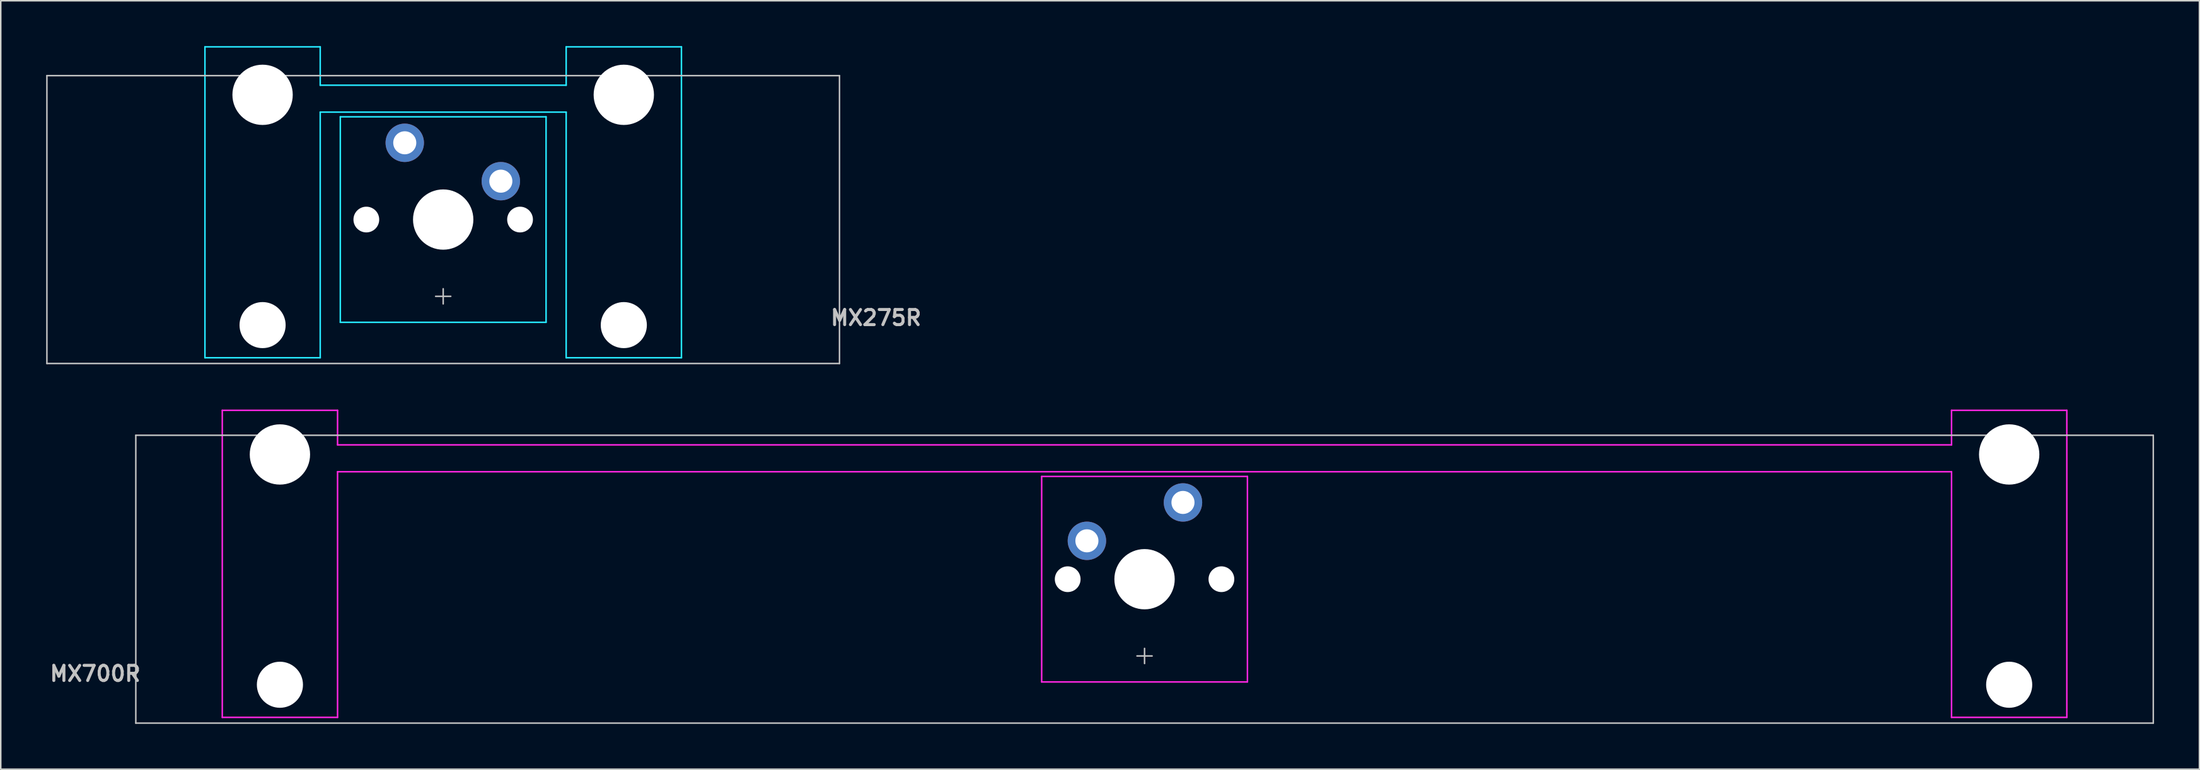
<source format=kicad_pcb>
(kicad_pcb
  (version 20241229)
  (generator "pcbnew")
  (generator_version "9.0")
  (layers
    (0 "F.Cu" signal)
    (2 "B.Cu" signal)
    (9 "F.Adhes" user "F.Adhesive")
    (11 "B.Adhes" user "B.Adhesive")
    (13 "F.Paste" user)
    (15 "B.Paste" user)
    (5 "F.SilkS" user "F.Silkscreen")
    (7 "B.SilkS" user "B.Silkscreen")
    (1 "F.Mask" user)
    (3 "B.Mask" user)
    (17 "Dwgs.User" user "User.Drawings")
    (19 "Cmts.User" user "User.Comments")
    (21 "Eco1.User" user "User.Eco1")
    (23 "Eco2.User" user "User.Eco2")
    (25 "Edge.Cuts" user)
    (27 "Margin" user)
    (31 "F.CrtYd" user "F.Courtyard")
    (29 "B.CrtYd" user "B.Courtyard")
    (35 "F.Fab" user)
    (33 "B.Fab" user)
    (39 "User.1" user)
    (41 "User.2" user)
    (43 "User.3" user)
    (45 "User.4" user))
  (footprint "MX700R"
    (layer "F.Cu")
    (at 72.602 35.281)
    (property "Reference" "MX700R" (at -66.25 6.25 0) (layer "Dwgs.User") (effects (font (size 1 1) (thickness 0.2)) (justify right)))
    (attr through_hole)
    (fp_line (start -66.675 -9.525) (end -66.675 9.525) (stroke (width 0.1) (type solid)) (layer "Dwgs.User"))
    (fp_line (start 0 5.58) (end 0 4.58) (stroke (width 0.1) (type solid)) (layer "Dwgs.User"))
    (fp_line (start 0.5 5.08) (end -0.5 5.08) (stroke (width 0.1) (type solid)) (layer "Dwgs.User"))
    (fp_line (start 66.675 -9.525) (end -66.675 -9.525) (stroke (width 0.1) (type solid)) (layer "Dwgs.User"))
    (fp_line (start 66.675 -9.525) (end 66.675 9.525) (stroke (width 0.1) (type solid)) (layer "Dwgs.User"))
    (fp_line (start 66.675 9.525) (end -66.675 9.525) (stroke (width 0.1) (type solid)) (layer "Dwgs.User"))
    (fp_line (start -60.65 5.485) (end -60.65 -8.515) (stroke (width 0.1) (type solid)) (layer "Eco1.User"))
    (fp_line (start -60.15 5.985) (end -54.15 5.985) (stroke (width 0.1) (type solid)) (layer "Eco1.User"))
    (fp_line (start -54.15 -9.015) (end -60.15 -9.015) (stroke (width 0.1) (type solid)) (layer "Eco1.User"))
    (fp_line (start -53.65 -8.515) (end -53.65 5.485) (stroke (width 0.1) (type solid)) (layer "Eco1.User"))
    (fp_line (start -7 6.5) (end -7 -6.5) (stroke (width 0.1) (type solid)) (layer "Eco1.User"))
    (fp_line (start -6.5 -7) (end 6.5 -7) (stroke (width 0.1) (type solid)) (layer "Eco1.User"))
    (fp_line (start 6.5 7) (end -6.5 7) (stroke (width 0.1) (type solid)) (layer "Eco1.User"))
    (fp_line (start 7 -6.5) (end 7 6.5) (stroke (width 0.1) (type solid)) (layer "Eco1.User"))
    (fp_line (start 53.65 5.485) (end 53.65 -8.515) (stroke (width 0.1) (type solid)) (layer "Eco1.User"))
    (fp_line (start 54.15 5.985) (end 60.15 5.985) (stroke (width 0.1) (type solid)) (layer "Eco1.User"))
    (fp_line (start 60.15 -9.015) (end 54.15 -9.015) (stroke (width 0.1) (type solid)) (layer "Eco1.User"))
    (fp_line (start 60.65 -8.515) (end 60.65 5.485) (stroke (width 0.1) (type solid)) (layer "Eco1.User"))
    (fp_arc (start -60.65 -8.515) (mid -60.503553 -8.868553) (end -60.15 -9.015) (stroke (width 0.1) (type solid)) (layer "Eco1.User"))
    (fp_arc (start -60.15 5.985) (mid -60.503553 5.838553) (end -60.65 5.485) (stroke (width 0.1) (type solid)) (layer "Eco1.User"))
    (fp_arc (start -54.15 -9.015) (mid -53.796447 -8.868553) (end -53.65 -8.515) (stroke (width 0.1) (type solid)) (layer "Eco1.User"))
    (fp_arc (start -53.65 5.485) (mid -53.796447 5.838553) (end -54.15 5.985) (stroke (width 0.1) (type solid)) (layer "Eco1.User"))
    (fp_arc (start -7 -6.5) (mid -6.853553 -6.853553) (end -6.5 -7) (stroke (width 0.1) (type solid)) (layer "Eco1.User"))
    (fp_arc (start -6.5 7) (mid -6.853553 6.853553) (end -7 6.5) (stroke (width 0.1) (type solid)) (layer "Eco1.User"))
    (fp_arc (start 6.5 -7) (mid 6.853553 -6.853553) (end 7 -6.5) (stroke (width 0.1) (type solid)) (layer "Eco1.User"))
    (fp_arc (start 7 6.5) (mid 6.853553 6.853553) (end 6.5 7) (stroke (width 0.1) (type solid)) (layer "Eco1.User"))
    (fp_arc (start 53.65 -8.515) (mid 53.796447 -8.868553) (end 54.15 -9.015) (stroke (width 0.1) (type solid)) (layer "Eco1.User"))
    (fp_arc (start 54.15 5.985) (mid 53.796447 5.838553) (end 53.65 5.485) (stroke (width 0.1) (type solid)) (layer "Eco1.User"))
    (fp_arc (start 60.15 -9.015) (mid 60.503553 -8.868553) (end 60.65 -8.515) (stroke (width 0.1) (type solid)) (layer "Eco1.User"))
    (fp_arc (start 60.65 5.485) (mid 60.503553 5.838553) (end 60.15 5.985) (stroke (width 0.1) (type solid)) (layer "Eco1.User"))
    (fp_line (start -60.96 -11.176) (end -53.34 -11.176) (stroke (width 0.1) (type solid)) (layer "F.CrtYd"))
    (fp_line (start -60.96 9.144) (end -60.96 -11.176) (stroke (width 0.1) (type solid)) (layer "F.CrtYd"))
    (fp_line (start -60.96 9.144) (end -53.34 9.144) (stroke (width 0.1) (type solid)) (layer "F.CrtYd"))
    (fp_line (start -53.34 -8.89) (end -53.34 -11.176) (stroke (width 0.1) (type solid)) (layer "F.CrtYd"))
    (fp_line (start -53.34 -8.89) (end 53.34 -8.89) (stroke (width 0.1) (type solid)) (layer "F.CrtYd"))
    (fp_line (start -53.34 -7.112) (end -53.34 9.144) (stroke (width 0.1) (type solid)) (layer "F.CrtYd"))
    (fp_line (start -53.34 -7.112) (end 53.34 -7.112) (stroke (width 0.1) (type solid)) (layer "F.CrtYd"))
    (fp_line (start -6.8 6.8) (end -6.8 -6.8) (stroke (width 0.1) (type solid)) (layer "F.CrtYd"))
    (fp_line (start 6.8 -6.8) (end -6.8 -6.8) (stroke (width 0.1) (type solid)) (layer "F.CrtYd"))
    (fp_line (start 6.8 -6.8) (end 6.8 6.8) (stroke (width 0.1) (type solid)) (layer "F.CrtYd"))
    (fp_line (start 6.8 6.8) (end -6.8 6.8) (stroke (width 0.1) (type solid)) (layer "F.CrtYd"))
    (fp_line (start 53.34 -11.176) (end 60.96 -11.176) (stroke (width 0.1) (type solid)) (layer "F.CrtYd"))
    (fp_line (start 53.34 -8.89) (end 53.34 -11.176) (stroke (width 0.1) (type solid)) (layer "F.CrtYd"))
    (fp_line (start 53.34 -7.112) (end 53.34 9.144) (stroke (width 0.1) (type solid)) (layer "F.CrtYd"))
    (fp_line (start 53.34 9.144) (end 60.96 9.144) (stroke (width 0.1) (type solid)) (layer "F.CrtYd"))
    (fp_line (start 60.96 9.144) (end 60.96 -11.176) (stroke (width 0.1) (type solid)) (layer "F.CrtYd"))
    (pad "" np_thru_hole circle (at -57.15 -8.255) (size 3.988 3.988) (drill 3.988) (layers "*.Cu" "*.Mask"))
    (pad "" np_thru_hole circle (at -57.15 6.985) (size 3.048 3.048) (drill 3.048) (layers "*.Cu" "*.Mask"))
    (pad "" np_thru_hole circle (at -5.08 0) (size 1.702 1.702) (drill 1.702) (layers "*.Cu" "*.Mask"))
    (pad "" np_thru_hole circle (at 0 0) (size 3.988 3.988) (drill 3.988) (layers "*.Cu" "*.Mask"))
    (pad "" np_thru_hole circle (at 5.08 0) (size 1.702 1.702) (drill 1.702) (layers "*.Cu" "*.Mask"))
    (pad "" np_thru_hole circle (at 57.15 -8.255) (size 3.988 3.988) (drill 3.988) (layers "*.Cu" "*.Mask"))
    (pad "" np_thru_hole circle (at 57.15 6.985) (size 3.048 3.048) (drill 3.048) (layers "*.Cu" "*.Mask"))
    (pad "1" thru_hole circle (at 2.54 -5.08) (size 2.54 2.54) (drill 1.524) (layers "*.Cu" "*.Mask"))
    (pad "2" thru_hole circle (at -3.81 -2.54) (size 2.54 2.54) (drill 1.524) (layers "*.Cu" "*.Mask")))
  (footprint "MX275R"
    (layer "F.Cu")
    (at 26.244 11.48)
    (property "Reference" "MX275R" (at 25.5 6.5 0) (layer "Dwgs.User") (effects (font (size 1 1) (thickness 0.2)) (justify left)))
    (attr through_hole)
    (fp_line (start -26.194 -9.525) (end -26.194 9.525) (stroke (width 0.1) (type solid)) (layer "Dwgs.User"))
    (fp_line (start -26.194 -9.525) (end 26.194 -9.525) (stroke (width 0.1) (type solid)) (layer "Dwgs.User"))
    (fp_line (start -26.194 9.525) (end 26.194 9.525) (stroke (width 0.1) (type solid)) (layer "Dwgs.User"))
    (fp_line (start -0.5 5.08) (end 0.5 5.08) (stroke (width 0.1) (type solid)) (layer "Dwgs.User"))
    (fp_line (start 0 5.58) (end 0 4.58) (stroke (width 0.1) (type solid)) (layer "Dwgs.User"))
    (fp_line (start 26.194 -9.525) (end 26.194 9.525) (stroke (width 0.1) (type solid)) (layer "Dwgs.User"))
    (fp_line (start -15.438 -8.515) (end -15.438 5.485) (stroke (width 0.1) (type solid)) (layer "Eco1.User"))
    (fp_line (start -14.938 -9.015) (end -8.938 -9.015) (stroke (width 0.1) (type solid)) (layer "Eco1.User"))
    (fp_line (start -8.938 5.985) (end -14.938 5.985) (stroke (width 0.1) (type solid)) (layer "Eco1.User"))
    (fp_line (start -8.438 5.485) (end -8.438 -8.515) (stroke (width 0.1) (type solid)) (layer "Eco1.User"))
    (fp_line (start -7 -6.5) (end -7 6.5) (stroke (width 0.1) (type solid)) (layer "Eco1.User"))
    (fp_line (start -6.5 7) (end 6.5 7) (stroke (width 0.1) (type solid)) (layer "Eco1.User"))
    (fp_line (start 6.5 -7) (end -6.5 -7) (stroke (width 0.1) (type solid)) (layer "Eco1.User"))
    (fp_line (start 7 6.5) (end 7 -6.5) (stroke (width 0.1) (type solid)) (layer "Eco1.User"))
    (fp_line (start 8.438 -8.515) (end 8.438 5.485) (stroke (width 0.1) (type solid)) (layer "Eco1.User"))
    (fp_line (start 8.938 -9.015) (end 14.938 -9.015) (stroke (width 0.1) (type solid)) (layer "Eco1.User"))
    (fp_line (start 14.938 5.985) (end 8.938 5.985) (stroke (width 0.1) (type solid)) (layer "Eco1.User"))
    (fp_line (start 15.438 5.485) (end 15.438 -8.515) (stroke (width 0.1) (type solid)) (layer "Eco1.User"))
    (fp_arc (start -15.438 -8.515) (mid -15.291553 -8.868553) (end -14.938 -9.015) (stroke (width 0.1) (type solid)) (layer "Eco1.User"))
    (fp_arc (start -14.938 5.985) (mid -15.291553 5.838553) (end -15.438 5.485) (stroke (width 0.1) (type solid)) (layer "Eco1.User"))
    (fp_arc (start -8.938 -9.015) (mid -8.584447 -8.868553) (end -8.438 -8.515) (stroke (width 0.1) (type solid)) (layer "Eco1.User"))
    (fp_arc (start -8.438 5.485) (mid -8.584447 5.838553) (end -8.938 5.985) (stroke (width 0.1) (type solid)) (layer "Eco1.User"))
    (fp_arc (start -7 -6.5) (mid -6.853553 -6.853553) (end -6.5 -7) (stroke (width 0.1) (type solid)) (layer "Eco1.User"))
    (fp_arc (start -6.5 7) (mid -6.853553 6.853553) (end -7 6.5) (stroke (width 0.1) (type solid)) (layer "Eco1.User"))
    (fp_arc (start 6.5 -7) (mid 6.853553 -6.853553) (end 7 -6.5) (stroke (width 0.1) (type solid)) (layer "Eco1.User"))
    (fp_arc (start 7 6.5) (mid 6.853553 6.853553) (end 6.5 7) (stroke (width 0.1) (type solid)) (layer "Eco1.User"))
    (fp_arc (start 8.438 -8.515) (mid 8.584447 -8.868553) (end 8.938 -9.015) (stroke (width 0.1) (type solid)) (layer "Eco1.User"))
    (fp_arc (start 8.938 5.985) (mid 8.584447 5.838553) (end 8.438 5.485) (stroke (width 0.1) (type solid)) (layer "Eco1.User"))
    (fp_arc (start 14.938 -9.015) (mid 15.291553 -8.868553) (end 15.438 -8.515) (stroke (width 0.1) (type solid)) (layer "Eco1.User"))
    (fp_arc (start 15.438 5.485) (mid 15.291553 5.838553) (end 14.938 5.985) (stroke (width 0.1) (type solid)) (layer "Eco1.User"))
    (fp_line (start -15.748 -11.43) (end -8.128 -11.43) (stroke (width 0.1) (type solid)) (layer "B.CrtYd"))
    (fp_line (start -15.748 9.144) (end -15.748 -11.43) (stroke (width 0.1) (type solid)) (layer "B.CrtYd"))
    (fp_line (start -8.128 -11.43) (end -8.128 -8.89) (stroke (width 0.1) (type solid)) (layer "B.CrtYd"))
    (fp_line (start -8.128 9.144) (end -15.748 9.144) (stroke (width 0.1) (type solid)) (layer "B.CrtYd"))
    (fp_line (start -8.128 9.144) (end -8.128 -7.112) (stroke (width 0.1) (type solid)) (layer "B.CrtYd"))
    (fp_line (start -6.8 6.8) (end -6.8 -6.8) (stroke (width 0.1) (type solid)) (layer "B.CrtYd"))
    (fp_line (start 6.8 -6.8) (end -6.8 -6.8) (stroke (width 0.1) (type solid)) (layer "B.CrtYd"))
    (fp_line (start 6.8 6.8) (end -6.8 6.8) (stroke (width 0.1) (type solid)) (layer "B.CrtYd"))
    (fp_line (start 6.8 6.8) (end 6.8 -6.8) (stroke (width 0.1) (type solid)) (layer "B.CrtYd"))
    (fp_line (start 8.128 -11.43) (end 8.128 -8.89) (stroke (width 0.1) (type solid)) (layer "B.CrtYd"))
    (fp_line (start 8.128 -11.43) (end 15.748 -11.43) (stroke (width 0.1) (type solid)) (layer "B.CrtYd"))
    (fp_line (start 8.128 -8.89) (end -8.128 -8.89) (stroke (width 0.1) (type solid)) (layer "B.CrtYd"))
    (fp_line (start 8.128 -7.112) (end -8.128 -7.112) (stroke (width 0.1) (type solid)) (layer "B.CrtYd"))
    (fp_line (start 8.128 9.144) (end 8.128 -7.112) (stroke (width 0.1) (type solid)) (layer "B.CrtYd"))
    (fp_line (start 15.748 -11.43) (end 15.748 9.144) (stroke (width 0.1) (type solid)) (layer "B.CrtYd"))
    (fp_line (start 15.748 9.144) (end 8.128 9.144) (stroke (width 0.1) (type solid)) (layer "B.CrtYd"))
    (pad "" np_thru_hole circle (at -11.938 -8.255) (size 3.988 3.988) (drill 3.988) (layers "*.Cu" "*.Mask"))
    (pad "" np_thru_hole circle (at -11.938 6.985) (size 3.048 3.048) (drill 3.048) (layers "*.Cu" "*.Mask"))
    (pad "" np_thru_hole circle (at -5.08 0 180) (size 1.702 1.702) (drill 1.702) (layers "*.Cu" "*.Mask"))
    (pad "" np_thru_hole circle (at 0 0 180) (size 3.988 3.988) (drill 3.988) (layers "*.Cu" "*.Mask"))
    (pad "" np_thru_hole circle (at 5.08 0 180) (size 1.702 1.702) (drill 1.702) (layers "*.Cu" "*.Mask"))
    (pad "" np_thru_hole circle (at 11.938 -8.255) (size 3.988 3.988) (drill 3.988) (layers "*.Cu" "*.Mask"))
    (pad "" np_thru_hole circle (at 11.938 6.985) (size 3.048 3.048) (drill 3.048) (layers "*.Cu" "*.Mask"))
    (pad "1" thru_hole circle (at -2.54 -5.08 180) (size 2.54 2.54) (drill 1.524) (layers "*.Cu" "*.Mask"))
    (pad "2" thru_hole circle (at 3.81 -2.54 180) (size 2.54 2.54) (drill 1.524) (layers "*.Cu" "*.Mask")))
  (gr_rect
    (start -3 -3)
    (end 142.327 47.856)
    (stroke (width 0.1) (type default))
    (fill no)
    (layer "Edge.Cuts")))
</source>
